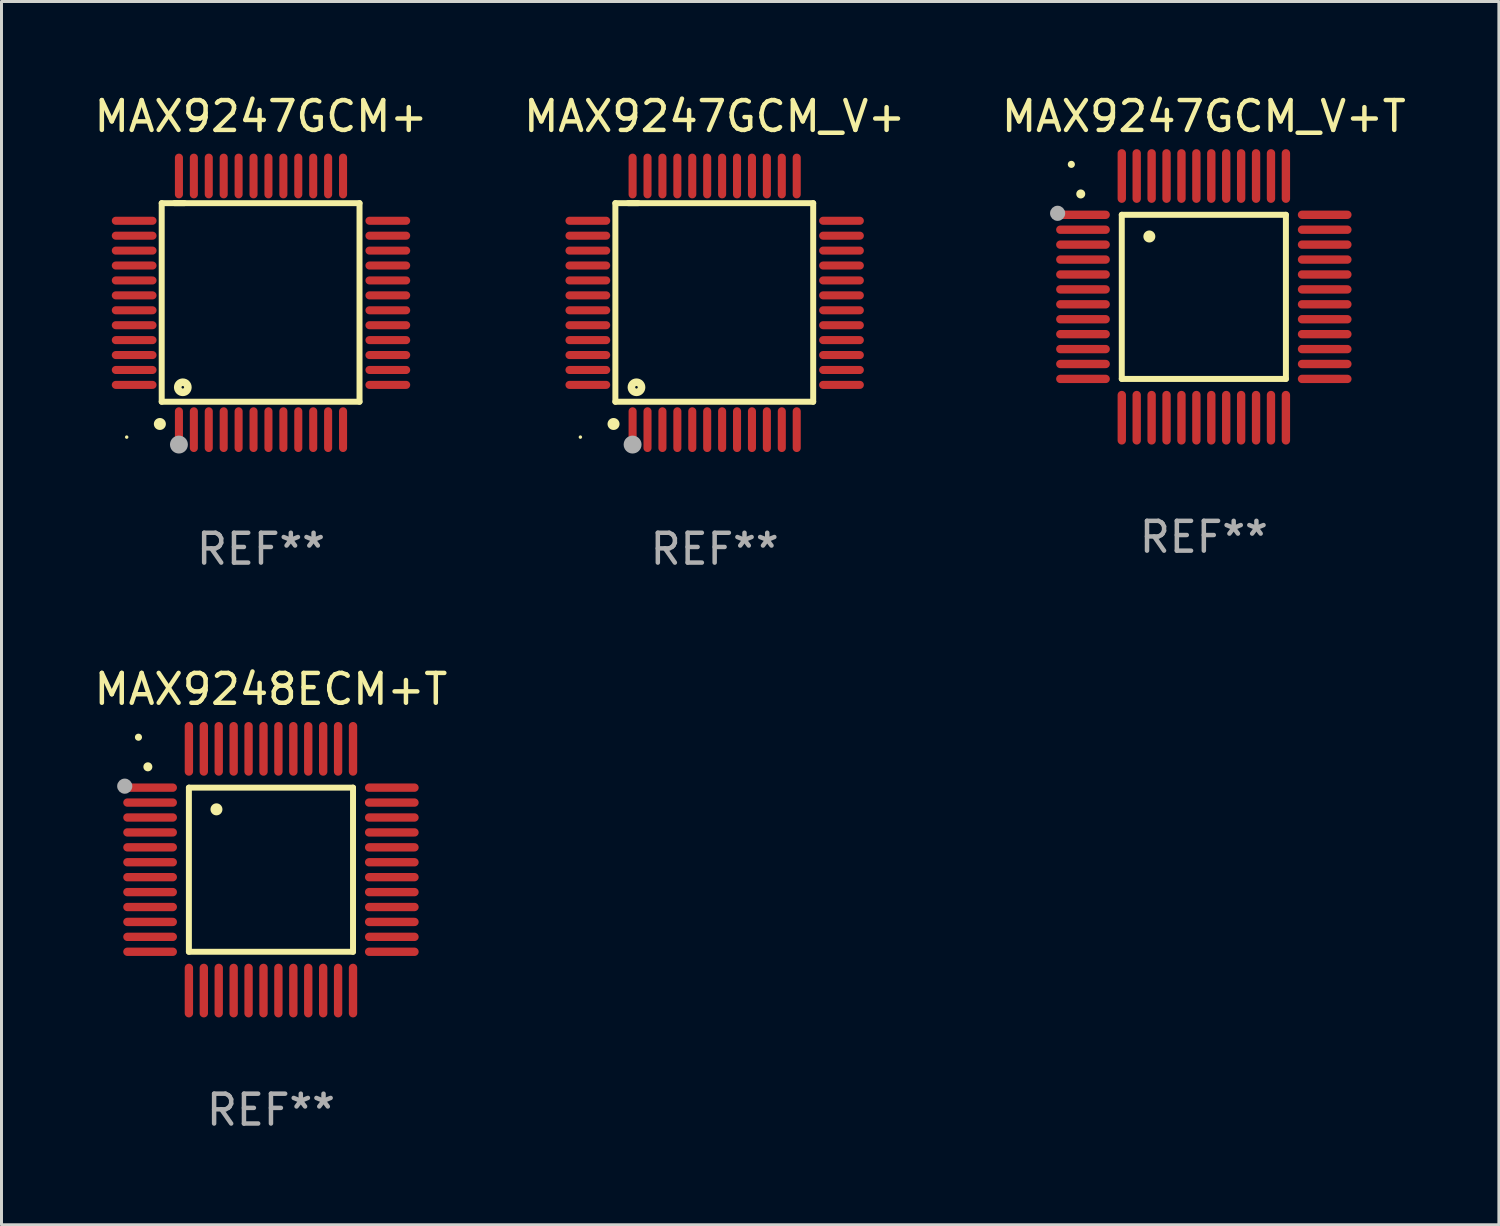
<source format=kicad_pcb>
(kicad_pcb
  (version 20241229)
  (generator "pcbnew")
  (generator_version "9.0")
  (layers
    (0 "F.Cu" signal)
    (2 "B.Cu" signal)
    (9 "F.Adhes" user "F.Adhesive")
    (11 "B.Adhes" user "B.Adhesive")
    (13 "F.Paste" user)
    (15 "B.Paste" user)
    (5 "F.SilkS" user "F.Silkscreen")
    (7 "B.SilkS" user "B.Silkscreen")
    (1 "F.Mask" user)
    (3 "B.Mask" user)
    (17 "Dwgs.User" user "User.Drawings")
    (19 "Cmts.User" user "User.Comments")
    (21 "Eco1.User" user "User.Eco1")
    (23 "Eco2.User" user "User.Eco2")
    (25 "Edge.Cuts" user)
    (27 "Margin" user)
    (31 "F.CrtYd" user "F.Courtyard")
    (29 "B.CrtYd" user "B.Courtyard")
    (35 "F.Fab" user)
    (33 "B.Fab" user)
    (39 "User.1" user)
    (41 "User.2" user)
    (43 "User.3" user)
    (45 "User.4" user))
  (footprint "MAX9247GCM_V+T"
    (layer "F.Cu")
    (at 37.292 6.898)
    (property "Reference" "MAX9247GCM_V+T" (at 0 -6.05 0) (layer "F.SilkS") (effects (font (size 1 1) (thickness 0.15))))
    (attr through_hole)
    (fp_line (start -2.75 -2.75) (end 2.75 -2.75) (stroke (width 0.2) (type solid)) (layer "F.SilkS"))
    (fp_line (start -2.75 2.75) (end -2.75 -2.75) (stroke (width 0.2) (type solid)) (layer "F.SilkS"))
    (fp_line (start 2.75 -2.75) (end 2.75 2.75) (stroke (width 0.2) (type solid)) (layer "F.SilkS"))
    (fp_line (start 2.75 2.75) (end -2.75 2.75) (stroke (width 0.2) (type solid)) (layer "F.SilkS"))
    (fp_arc (start -4.124968 -3.446787) (mid -4.124973 -3.448057) (end -4.124968 -3.449327) (stroke (width 0.3) (type solid)) (layer "F.SilkS"))
    (fp_arc (start -1.826264 -2.021844) (mid -1.826268 -2.023114) (end -1.826264 -2.024384) (stroke (width 0.4) (type solid)) (layer "F.SilkS"))
    (fp_circle (center -4.44 -4.44) (end -4.38 -4.44) (stroke (width 0.12) (type solid)) (fill no) (layer "F.SilkS"))
    (fp_circle (center -4.9 -2.8) (end -4.773 -2.8) (stroke (width 0.254) (type solid)) (fill no) (layer "F.Fab"))
    (fp_text user "REF**" (at 0 8.05 0) (layer "F.Fab") (effects (font (size 1 1) (thickness 0.15))))
    (pad "1" smd oval (at -4.05 -2.75 90) (size 0.28 1.8) (layers "F.Cu" "F.Mask" "F.Paste"))
    (pad "2" smd oval (at -4.05 -2.25 90) (size 0.28 1.8) (layers "F.Cu" "F.Mask" "F.Paste"))
    (pad "3" smd oval (at -4.05 -1.75 90) (size 0.28 1.8) (layers "F.Cu" "F.Mask" "F.Paste"))
    (pad "4" smd oval (at -4.05 -1.25 90) (size 0.28 1.8) (layers "F.Cu" "F.Mask" "F.Paste"))
    (pad "5" smd oval (at -4.05 -0.75 90) (size 0.28 1.8) (layers "F.Cu" "F.Mask" "F.Paste"))
    (pad "6" smd oval (at -4.05 -0.25 90) (size 0.28 1.8) (layers "F.Cu" "F.Mask" "F.Paste"))
    (pad "7" smd oval (at -4.05 0.25 90) (size 0.28 1.8) (layers "F.Cu" "F.Mask" "F.Paste"))
    (pad "8" smd oval (at -4.05 0.75 90) (size 0.28 1.8) (layers "F.Cu" "F.Mask" "F.Paste"))
    (pad "9" smd oval (at -4.05 1.25 90) (size 0.28 1.8) (layers "F.Cu" "F.Mask" "F.Paste"))
    (pad "10" smd oval (at -4.05 1.75 90) (size 0.28 1.8) (layers "F.Cu" "F.Mask" "F.Paste"))
    (pad "11" smd oval (at -4.05 2.25 90) (size 0.28 1.8) (layers "F.Cu" "F.Mask" "F.Paste"))
    (pad "12" smd oval (at -4.05 2.75 90) (size 0.28 1.8) (layers "F.Cu" "F.Mask" "F.Paste"))
    (pad "13" smd oval (at -2.75 4.05) (size 0.28 1.8) (layers "F.Cu" "F.Mask" "F.Paste"))
    (pad "14" smd oval (at -2.25 4.05) (size 0.28 1.8) (layers "F.Cu" "F.Mask" "F.Paste"))
    (pad "15" smd oval (at -1.75 4.05) (size 0.28 1.8) (layers "F.Cu" "F.Mask" "F.Paste"))
    (pad "16" smd oval (at -1.25 4.05) (size 0.28 1.8) (layers "F.Cu" "F.Mask" "F.Paste"))
    (pad "17" smd oval (at -0.75 4.05) (size 0.28 1.8) (layers "F.Cu" "F.Mask" "F.Paste"))
    (pad "18" smd oval (at -0.25 4.05) (size 0.28 1.8) (layers "F.Cu" "F.Mask" "F.Paste"))
    (pad "19" smd oval (at 0.25 4.05) (size 0.28 1.8) (layers "F.Cu" "F.Mask" "F.Paste"))
    (pad "20" smd oval (at 0.75 4.05) (size 0.28 1.8) (layers "F.Cu" "F.Mask" "F.Paste"))
    (pad "21" smd oval (at 1.25 4.05) (size 0.28 1.8) (layers "F.Cu" "F.Mask" "F.Paste"))
    (pad "22" smd oval (at 1.75 4.05) (size 0.28 1.8) (layers "F.Cu" "F.Mask" "F.Paste"))
    (pad "23" smd oval (at 2.25 4.05) (size 0.28 1.8) (layers "F.Cu" "F.Mask" "F.Paste"))
    (pad "24" smd oval (at 2.75 4.05) (size 0.28 1.8) (layers "F.Cu" "F.Mask" "F.Paste"))
    (pad "25" smd oval (at 4.05 2.75 90) (size 0.28 1.8) (layers "F.Cu" "F.Mask" "F.Paste"))
    (pad "26" smd oval (at 4.05 2.25 90) (size 0.28 1.8) (layers "F.Cu" "F.Mask" "F.Paste"))
    (pad "27" smd oval (at 4.05 1.75 90) (size 0.28 1.8) (layers "F.Cu" "F.Mask" "F.Paste"))
    (pad "28" smd oval (at 4.05 1.25 90) (size 0.28 1.8) (layers "F.Cu" "F.Mask" "F.Paste"))
    (pad "29" smd oval (at 4.05 0.75 90) (size 0.28 1.8) (layers "F.Cu" "F.Mask" "F.Paste"))
    (pad "30" smd oval (at 4.05 0.25 90) (size 0.28 1.8) (layers "F.Cu" "F.Mask" "F.Paste"))
    (pad "31" smd oval (at 4.05 -0.25 90) (size 0.28 1.8) (layers "F.Cu" "F.Mask" "F.Paste"))
    (pad "32" smd oval (at 4.05 -0.75 90) (size 0.28 1.8) (layers "F.Cu" "F.Mask" "F.Paste"))
    (pad "33" smd oval (at 4.05 -1.25 90) (size 0.28 1.8) (layers "F.Cu" "F.Mask" "F.Paste"))
    (pad "34" smd oval (at 4.05 -1.75 90) (size 0.28 1.8) (layers "F.Cu" "F.Mask" "F.Paste"))
    (pad "35" smd oval (at 4.05 -2.25 90) (size 0.28 1.8) (layers "F.Cu" "F.Mask" "F.Paste"))
    (pad "36" smd oval (at 4.05 -2.75 90) (size 0.28 1.8) (layers "F.Cu" "F.Mask" "F.Paste"))
    (pad "37" smd oval (at 2.75 -4.05) (size 0.28 1.8) (layers "F.Cu" "F.Mask" "F.Paste"))
    (pad "38" smd oval (at 2.25 -4.05) (size 0.28 1.8) (layers "F.Cu" "F.Mask" "F.Paste"))
    (pad "39" smd oval (at 1.75 -4.05) (size 0.28 1.8) (layers "F.Cu" "F.Mask" "F.Paste"))
    (pad "40" smd oval (at 1.25 -4.05) (size 0.28 1.8) (layers "F.Cu" "F.Mask" "F.Paste"))
    (pad "41" smd oval (at 0.75 -4.05) (size 0.28 1.8) (layers "F.Cu" "F.Mask" "F.Paste"))
    (pad "42" smd oval (at 0.25 -4.05) (size 0.28 1.8) (layers "F.Cu" "F.Mask" "F.Paste"))
    (pad "43" smd oval (at -0.25 -4.05) (size 0.28 1.8) (layers "F.Cu" "F.Mask" "F.Paste"))
    (pad "44" smd oval (at -0.75 -4.05) (size 0.28 1.8) (layers "F.Cu" "F.Mask" "F.Paste"))
    (pad "45" smd oval (at -1.25 -4.05) (size 0.28 1.8) (layers "F.Cu" "F.Mask" "F.Paste"))
    (pad "46" smd oval (at -1.75 -4.05) (size 0.28 1.8) (layers "F.Cu" "F.Mask" "F.Paste"))
    (pad "47" smd oval (at -2.25 -4.05) (size 0.28 1.8) (layers "F.Cu" "F.Mask" "F.Paste"))
    (pad "48" smd oval (at -2.75 -4.05) (size 0.28 1.8) (layers "F.Cu" "F.Mask" "F.Paste")))
  (footprint "MAX9247GCM+"
    (layer "F.Cu")
    (at 5.696 7.098)
    (property "Reference" "MAX9247GCM+" (at 0 -6.25 0) (layer "F.SilkS") (effects (font (size 1 1) (thickness 0.15))))
    (attr through_hole)
    (fp_line (start -3.327 -3.34) (end -2.565 -3.34) (stroke (width 0.2) (type solid)) (layer "F.SilkS"))
    (fp_line (start -3.327 3.315) (end -3.327 -3.34) (stroke (width 0.2) (type solid)) (layer "F.SilkS"))
    (fp_line (start -2.896 -3.34) (end 3.302 -3.34) (stroke (width 0.2) (type solid)) (layer "F.SilkS"))
    (fp_line (start 3.302 -3.34) (end 3.302 3.315) (stroke (width 0.2) (type solid)) (layer "F.SilkS"))
    (fp_line (start 3.302 3.315) (end -3.327 3.315) (stroke (width 0.2) (type solid)) (layer "F.SilkS"))
    (fp_arc (start -3.389992 4.059995) (mid -3.388722 4.059991) (end -3.387452 4.059995) (stroke (width 0.4) (type solid)) (layer "F.SilkS"))
    (fp_circle (center -4.5 4.5) (end -4.47 4.5) (stroke (width 0.06) (type solid)) (fill no) (layer "F.SilkS"))
    (fp_circle (center -2.62 2.83) (end -2.45 2.83) (stroke (width 0.254) (type solid)) (fill no) (layer "F.SilkS"))
    (fp_circle (center -2.75 4.75) (end -2.6 4.75) (stroke (width 0.3) (type solid)) (fill no) (layer "F.Fab"))
    (fp_text user "REF**" (at 0 8.25 0) (layer "F.Fab") (effects (font (size 1 1) (thickness 0.15))))
    (pad "1" smd oval (at -2.75 4.25) (size 0.27 1.5) (layers "F.Cu" "F.Mask" "F.Paste"))
    (pad "2" smd oval (at -2.25 4.25) (size 0.27 1.5) (layers "F.Cu" "F.Mask" "F.Paste"))
    (pad "3" smd oval (at -1.75 4.25) (size 0.27 1.5) (layers "F.Cu" "F.Mask" "F.Paste"))
    (pad "4" smd oval (at -1.25 4.25) (size 0.27 1.5) (layers "F.Cu" "F.Mask" "F.Paste"))
    (pad "5" smd oval (at -0.75 4.25) (size 0.27 1.5) (layers "F.Cu" "F.Mask" "F.Paste"))
    (pad "6" smd oval (at -0.25 4.25) (size 0.27 1.5) (layers "F.Cu" "F.Mask" "F.Paste"))
    (pad "7" smd oval (at 0.25 4.25) (size 0.27 1.5) (layers "F.Cu" "F.Mask" "F.Paste"))
    (pad "8" smd oval (at 0.75 4.25) (size 0.27 1.5) (layers "F.Cu" "F.Mask" "F.Paste"))
    (pad "9" smd oval (at 1.25 4.25) (size 0.27 1.5) (layers "F.Cu" "F.Mask" "F.Paste"))
    (pad "10" smd oval (at 1.75 4.25) (size 0.27 1.5) (layers "F.Cu" "F.Mask" "F.Paste"))
    (pad "11" smd oval (at 2.25 4.25) (size 0.27 1.5) (layers "F.Cu" "F.Mask" "F.Paste"))
    (pad "12" smd oval (at 2.75 4.25) (size 0.27 1.5) (layers "F.Cu" "F.Mask" "F.Paste"))
    (pad "13" smd oval (at 4.25 2.75) (size 1.5 0.27) (layers "F.Cu" "F.Mask" "F.Paste"))
    (pad "14" smd oval (at 4.25 2.25) (size 1.5 0.27) (layers "F.Cu" "F.Mask" "F.Paste"))
    (pad "15" smd oval (at 4.25 1.75) (size 1.5 0.27) (layers "F.Cu" "F.Mask" "F.Paste"))
    (pad "16" smd oval (at 4.25 1.25) (size 1.5 0.27) (layers "F.Cu" "F.Mask" "F.Paste"))
    (pad "17" smd oval (at 4.25 0.75) (size 1.5 0.27) (layers "F.Cu" "F.Mask" "F.Paste"))
    (pad "18" smd oval (at 4.25 0.25) (size 1.5 0.27) (layers "F.Cu" "F.Mask" "F.Paste"))
    (pad "19" smd oval (at 4.25 -0.25) (size 1.5 0.27) (layers "F.Cu" "F.Mask" "F.Paste"))
    (pad "20" smd oval (at 4.25 -0.75) (size 1.5 0.27) (layers "F.Cu" "F.Mask" "F.Paste"))
    (pad "21" smd oval (at 4.25 -1.25) (size 1.5 0.27) (layers "F.Cu" "F.Mask" "F.Paste"))
    (pad "22" smd oval (at 4.25 -1.75) (size 1.5 0.27) (layers "F.Cu" "F.Mask" "F.Paste"))
    (pad "23" smd oval (at 4.25 -2.25) (size 1.5 0.27) (layers "F.Cu" "F.Mask" "F.Paste"))
    (pad "24" smd oval (at 4.25 -2.75) (size 1.5 0.27) (layers "F.Cu" "F.Mask" "F.Paste"))
    (pad "25" smd oval (at 2.75 -4.25) (size 0.27 1.5) (layers "F.Cu" "F.Mask" "F.Paste"))
    (pad "26" smd oval (at 2.25 -4.25) (size 0.27 1.5) (layers "F.Cu" "F.Mask" "F.Paste"))
    (pad "27" smd oval (at 1.75 -4.25) (size 0.27 1.5) (layers "F.Cu" "F.Mask" "F.Paste"))
    (pad "28" smd oval (at 1.25 -4.25) (size 0.27 1.5) (layers "F.Cu" "F.Mask" "F.Paste"))
    (pad "29" smd oval (at 0.75 -4.25) (size 0.27 1.5) (layers "F.Cu" "F.Mask" "F.Paste"))
    (pad "30" smd oval (at 0.25 -4.25) (size 0.27 1.5) (layers "F.Cu" "F.Mask" "F.Paste"))
    (pad "31" smd oval (at -0.25 -4.25) (size 0.27 1.5) (layers "F.Cu" "F.Mask" "F.Paste"))
    (pad "32" smd oval (at -0.75 -4.25) (size 0.27 1.5) (layers "F.Cu" "F.Mask" "F.Paste"))
    (pad "33" smd oval (at -1.25 -4.25) (size 0.27 1.5) (layers "F.Cu" "F.Mask" "F.Paste"))
    (pad "34" smd oval (at -1.75 -4.25) (size 0.27 1.5) (layers "F.Cu" "F.Mask" "F.Paste"))
    (pad "35" smd oval (at -2.25 -4.25) (size 0.27 1.5) (layers "F.Cu" "F.Mask" "F.Paste"))
    (pad "36" smd oval (at -2.75 -4.25) (size 0.27 1.5) (layers "F.Cu" "F.Mask" "F.Paste"))
    (pad "37" smd oval (at -4.25 -2.75) (size 1.5 0.27) (layers "F.Cu" "F.Mask" "F.Paste"))
    (pad "38" smd oval (at -4.25 -2.25) (size 1.5 0.27) (layers "F.Cu" "F.Mask" "F.Paste"))
    (pad "39" smd oval (at -4.25 -1.75) (size 1.5 0.27) (layers "F.Cu" "F.Mask" "F.Paste"))
    (pad "40" smd oval (at -4.25 -1.25) (size 1.5 0.27) (layers "F.Cu" "F.Mask" "F.Paste"))
    (pad "41" smd oval (at -4.25 -0.75) (size 1.5 0.27) (layers "F.Cu" "F.Mask" "F.Paste"))
    (pad "42" smd oval (at -4.25 -0.25) (size 1.5 0.27) (layers "F.Cu" "F.Mask" "F.Paste"))
    (pad "43" smd oval (at -4.25 0.25) (size 1.5 0.27) (layers "F.Cu" "F.Mask" "F.Paste"))
    (pad "44" smd oval (at -4.25 0.75) (size 1.5 0.27) (layers "F.Cu" "F.Mask" "F.Paste"))
    (pad "45" smd oval (at -4.25 1.25) (size 1.5 0.27) (layers "F.Cu" "F.Mask" "F.Paste"))
    (pad "46" smd oval (at -4.25 1.75) (size 1.5 0.27) (layers "F.Cu" "F.Mask" "F.Paste"))
    (pad "47" smd oval (at -4.25 2.25) (size 1.5 0.27) (layers "F.Cu" "F.Mask" "F.Paste"))
    (pad "48" smd oval (at -4.25 2.75) (size 1.5 0.27) (layers "F.Cu" "F.Mask" "F.Paste")))
  (footprint "MAX9247GCM_V+"
    (layer "F.Cu")
    (at 20.899 7.098)
    (property "Reference" "MAX9247GCM_V+" (at 0 -6.25 0) (layer "F.SilkS") (effects (font (size 1 1) (thickness 0.15))))
    (attr through_hole)
    (fp_line (start -3.327 -3.34) (end -2.565 -3.34) (stroke (width 0.2) (type solid)) (layer "F.SilkS"))
    (fp_line (start -3.327 3.315) (end -3.327 -3.34) (stroke (width 0.2) (type solid)) (layer "F.SilkS"))
    (fp_line (start -2.896 -3.34) (end 3.302 -3.34) (stroke (width 0.2) (type solid)) (layer "F.SilkS"))
    (fp_line (start 3.302 -3.34) (end 3.302 3.315) (stroke (width 0.2) (type solid)) (layer "F.SilkS"))
    (fp_line (start 3.302 3.315) (end -3.327 3.315) (stroke (width 0.2) (type solid)) (layer "F.SilkS"))
    (fp_arc (start -3.389992 4.059995) (mid -3.388722 4.059991) (end -3.387452 4.059995) (stroke (width 0.4) (type solid)) (layer "F.SilkS"))
    (fp_circle (center -4.5 4.5) (end -4.47 4.5) (stroke (width 0.06) (type solid)) (fill no) (layer "F.SilkS"))
    (fp_circle (center -2.62 2.83) (end -2.45 2.83) (stroke (width 0.254) (type solid)) (fill no) (layer "F.SilkS"))
    (fp_circle (center -2.75 4.75) (end -2.6 4.75) (stroke (width 0.3) (type solid)) (fill no) (layer "F.Fab"))
    (fp_text user "REF**" (at 0 8.25 0) (layer "F.Fab") (effects (font (size 1 1) (thickness 0.15))))
    (pad "1" smd oval (at -2.75 4.25) (size 0.27 1.5) (layers "F.Cu" "F.Mask" "F.Paste"))
    (pad "2" smd oval (at -2.25 4.25) (size 0.27 1.5) (layers "F.Cu" "F.Mask" "F.Paste"))
    (pad "3" smd oval (at -1.75 4.25) (size 0.27 1.5) (layers "F.Cu" "F.Mask" "F.Paste"))
    (pad "4" smd oval (at -1.25 4.25) (size 0.27 1.5) (layers "F.Cu" "F.Mask" "F.Paste"))
    (pad "5" smd oval (at -0.75 4.25) (size 0.27 1.5) (layers "F.Cu" "F.Mask" "F.Paste"))
    (pad "6" smd oval (at -0.25 4.25) (size 0.27 1.5) (layers "F.Cu" "F.Mask" "F.Paste"))
    (pad "7" smd oval (at 0.25 4.25) (size 0.27 1.5) (layers "F.Cu" "F.Mask" "F.Paste"))
    (pad "8" smd oval (at 0.75 4.25) (size 0.27 1.5) (layers "F.Cu" "F.Mask" "F.Paste"))
    (pad "9" smd oval (at 1.25 4.25) (size 0.27 1.5) (layers "F.Cu" "F.Mask" "F.Paste"))
    (pad "10" smd oval (at 1.75 4.25) (size 0.27 1.5) (layers "F.Cu" "F.Mask" "F.Paste"))
    (pad "11" smd oval (at 2.25 4.25) (size 0.27 1.5) (layers "F.Cu" "F.Mask" "F.Paste"))
    (pad "12" smd oval (at 2.75 4.25) (size 0.27 1.5) (layers "F.Cu" "F.Mask" "F.Paste"))
    (pad "13" smd oval (at 4.25 2.75) (size 1.5 0.27) (layers "F.Cu" "F.Mask" "F.Paste"))
    (pad "14" smd oval (at 4.25 2.25) (size 1.5 0.27) (layers "F.Cu" "F.Mask" "F.Paste"))
    (pad "15" smd oval (at 4.25 1.75) (size 1.5 0.27) (layers "F.Cu" "F.Mask" "F.Paste"))
    (pad "16" smd oval (at 4.25 1.25) (size 1.5 0.27) (layers "F.Cu" "F.Mask" "F.Paste"))
    (pad "17" smd oval (at 4.25 0.75) (size 1.5 0.27) (layers "F.Cu" "F.Mask" "F.Paste"))
    (pad "18" smd oval (at 4.25 0.25) (size 1.5 0.27) (layers "F.Cu" "F.Mask" "F.Paste"))
    (pad "19" smd oval (at 4.25 -0.25) (size 1.5 0.27) (layers "F.Cu" "F.Mask" "F.Paste"))
    (pad "20" smd oval (at 4.25 -0.75) (size 1.5 0.27) (layers "F.Cu" "F.Mask" "F.Paste"))
    (pad "21" smd oval (at 4.25 -1.25) (size 1.5 0.27) (layers "F.Cu" "F.Mask" "F.Paste"))
    (pad "22" smd oval (at 4.25 -1.75) (size 1.5 0.27) (layers "F.Cu" "F.Mask" "F.Paste"))
    (pad "23" smd oval (at 4.25 -2.25) (size 1.5 0.27) (layers "F.Cu" "F.Mask" "F.Paste"))
    (pad "24" smd oval (at 4.25 -2.75) (size 1.5 0.27) (layers "F.Cu" "F.Mask" "F.Paste"))
    (pad "25" smd oval (at 2.75 -4.25) (size 0.27 1.5) (layers "F.Cu" "F.Mask" "F.Paste"))
    (pad "26" smd oval (at 2.25 -4.25) (size 0.27 1.5) (layers "F.Cu" "F.Mask" "F.Paste"))
    (pad "27" smd oval (at 1.75 -4.25) (size 0.27 1.5) (layers "F.Cu" "F.Mask" "F.Paste"))
    (pad "28" smd oval (at 1.25 -4.25) (size 0.27 1.5) (layers "F.Cu" "F.Mask" "F.Paste"))
    (pad "29" smd oval (at 0.75 -4.25) (size 0.27 1.5) (layers "F.Cu" "F.Mask" "F.Paste"))
    (pad "30" smd oval (at 0.25 -4.25) (size 0.27 1.5) (layers "F.Cu" "F.Mask" "F.Paste"))
    (pad "31" smd oval (at -0.25 -4.25) (size 0.27 1.5) (layers "F.Cu" "F.Mask" "F.Paste"))
    (pad "32" smd oval (at -0.75 -4.25) (size 0.27 1.5) (layers "F.Cu" "F.Mask" "F.Paste"))
    (pad "33" smd oval (at -1.25 -4.25) (size 0.27 1.5) (layers "F.Cu" "F.Mask" "F.Paste"))
    (pad "34" smd oval (at -1.75 -4.25) (size 0.27 1.5) (layers "F.Cu" "F.Mask" "F.Paste"))
    (pad "35" smd oval (at -2.25 -4.25) (size 0.27 1.5) (layers "F.Cu" "F.Mask" "F.Paste"))
    (pad "36" smd oval (at -2.75 -4.25) (size 0.27 1.5) (layers "F.Cu" "F.Mask" "F.Paste"))
    (pad "37" smd oval (at -4.25 -2.75) (size 1.5 0.27) (layers "F.Cu" "F.Mask" "F.Paste"))
    (pad "38" smd oval (at -4.25 -2.25) (size 1.5 0.27) (layers "F.Cu" "F.Mask" "F.Paste"))
    (pad "39" smd oval (at -4.25 -1.75) (size 1.5 0.27) (layers "F.Cu" "F.Mask" "F.Paste"))
    (pad "40" smd oval (at -4.25 -1.25) (size 1.5 0.27) (layers "F.Cu" "F.Mask" "F.Paste"))
    (pad "41" smd oval (at -4.25 -0.75) (size 1.5 0.27) (layers "F.Cu" "F.Mask" "F.Paste"))
    (pad "42" smd oval (at -4.25 -0.25) (size 1.5 0.27) (layers "F.Cu" "F.Mask" "F.Paste"))
    (pad "43" smd oval (at -4.25 0.25) (size 1.5 0.27) (layers "F.Cu" "F.Mask" "F.Paste"))
    (pad "44" smd oval (at -4.25 0.75) (size 1.5 0.27) (layers "F.Cu" "F.Mask" "F.Paste"))
    (pad "45" smd oval (at -4.25 1.25) (size 1.5 0.27) (layers "F.Cu" "F.Mask" "F.Paste"))
    (pad "46" smd oval (at -4.25 1.75) (size 1.5 0.27) (layers "F.Cu" "F.Mask" "F.Paste"))
    (pad "47" smd oval (at -4.25 2.25) (size 1.5 0.27) (layers "F.Cu" "F.Mask" "F.Paste"))
    (pad "48" smd oval (at -4.25 2.75) (size 1.5 0.27) (layers "F.Cu" "F.Mask" "F.Paste")))
  (footprint "MAX9248ECM+T"
    (layer "F.Cu")
    (at 6.03 26.095)
    (property "Reference" "MAX9248ECM+T" (at 0 -6.05 0) (layer "F.SilkS") (effects (font (size 1 1) (thickness 0.15))))
    (attr through_hole)
    (fp_line (start -2.75 -2.75) (end 2.75 -2.75) (stroke (width 0.2) (type solid)) (layer "F.SilkS"))
    (fp_line (start -2.75 2.75) (end -2.75 -2.75) (stroke (width 0.2) (type solid)) (layer "F.SilkS"))
    (fp_line (start 2.75 -2.75) (end 2.75 2.75) (stroke (width 0.2) (type solid)) (layer "F.SilkS"))
    (fp_line (start 2.75 2.75) (end -2.75 2.75) (stroke (width 0.2) (type solid)) (layer "F.SilkS"))
    (fp_arc (start -4.124968 -3.446787) (mid -4.124973 -3.448057) (end -4.124968 -3.449327) (stroke (width 0.3) (type solid)) (layer "F.SilkS"))
    (fp_arc (start -1.826264 -2.021844) (mid -1.826268 -2.023114) (end -1.826264 -2.024384) (stroke (width 0.4) (type solid)) (layer "F.SilkS"))
    (fp_circle (center -4.44 -4.44) (end -4.38 -4.44) (stroke (width 0.12) (type solid)) (fill no) (layer "F.SilkS"))
    (fp_circle (center -4.9 -2.8) (end -4.773 -2.8) (stroke (width 0.254) (type solid)) (fill no) (layer "F.Fab"))
    (fp_text user "REF**" (at 0 8.05 0) (layer "F.Fab") (effects (font (size 1 1) (thickness 0.15))))
    (pad "1" smd oval (at -4.05 -2.75 90) (size 0.28 1.8) (layers "F.Cu" "F.Mask" "F.Paste"))
    (pad "2" smd oval (at -4.05 -2.25 90) (size 0.28 1.8) (layers "F.Cu" "F.Mask" "F.Paste"))
    (pad "3" smd oval (at -4.05 -1.75 90) (size 0.28 1.8) (layers "F.Cu" "F.Mask" "F.Paste"))
    (pad "4" smd oval (at -4.05 -1.25 90) (size 0.28 1.8) (layers "F.Cu" "F.Mask" "F.Paste"))
    (pad "5" smd oval (at -4.05 -0.75 90) (size 0.28 1.8) (layers "F.Cu" "F.Mask" "F.Paste"))
    (pad "6" smd oval (at -4.05 -0.25 90) (size 0.28 1.8) (layers "F.Cu" "F.Mask" "F.Paste"))
    (pad "7" smd oval (at -4.05 0.25 90) (size 0.28 1.8) (layers "F.Cu" "F.Mask" "F.Paste"))
    (pad "8" smd oval (at -4.05 0.75 90) (size 0.28 1.8) (layers "F.Cu" "F.Mask" "F.Paste"))
    (pad "9" smd oval (at -4.05 1.25 90) (size 0.28 1.8) (layers "F.Cu" "F.Mask" "F.Paste"))
    (pad "10" smd oval (at -4.05 1.75 90) (size 0.28 1.8) (layers "F.Cu" "F.Mask" "F.Paste"))
    (pad "11" smd oval (at -4.05 2.25 90) (size 0.28 1.8) (layers "F.Cu" "F.Mask" "F.Paste"))
    (pad "12" smd oval (at -4.05 2.75 90) (size 0.28 1.8) (layers "F.Cu" "F.Mask" "F.Paste"))
    (pad "13" smd oval (at -2.75 4.05) (size 0.28 1.8) (layers "F.Cu" "F.Mask" "F.Paste"))
    (pad "14" smd oval (at -2.25 4.05) (size 0.28 1.8) (layers "F.Cu" "F.Mask" "F.Paste"))
    (pad "15" smd oval (at -1.75 4.05) (size 0.28 1.8) (layers "F.Cu" "F.Mask" "F.Paste"))
    (pad "16" smd oval (at -1.25 4.05) (size 0.28 1.8) (layers "F.Cu" "F.Mask" "F.Paste"))
    (pad "17" smd oval (at -0.75 4.05) (size 0.28 1.8) (layers "F.Cu" "F.Mask" "F.Paste"))
    (pad "18" smd oval (at -0.25 4.05) (size 0.28 1.8) (layers "F.Cu" "F.Mask" "F.Paste"))
    (pad "19" smd oval (at 0.25 4.05) (size 0.28 1.8) (layers "F.Cu" "F.Mask" "F.Paste"))
    (pad "20" smd oval (at 0.75 4.05) (size 0.28 1.8) (layers "F.Cu" "F.Mask" "F.Paste"))
    (pad "21" smd oval (at 1.25 4.05) (size 0.28 1.8) (layers "F.Cu" "F.Mask" "F.Paste"))
    (pad "22" smd oval (at 1.75 4.05) (size 0.28 1.8) (layers "F.Cu" "F.Mask" "F.Paste"))
    (pad "23" smd oval (at 2.25 4.05) (size 0.28 1.8) (layers "F.Cu" "F.Mask" "F.Paste"))
    (pad "24" smd oval (at 2.75 4.05) (size 0.28 1.8) (layers "F.Cu" "F.Mask" "F.Paste"))
    (pad "25" smd oval (at 4.05 2.75 90) (size 0.28 1.8) (layers "F.Cu" "F.Mask" "F.Paste"))
    (pad "26" smd oval (at 4.05 2.25 90) (size 0.28 1.8) (layers "F.Cu" "F.Mask" "F.Paste"))
    (pad "27" smd oval (at 4.05 1.75 90) (size 0.28 1.8) (layers "F.Cu" "F.Mask" "F.Paste"))
    (pad "28" smd oval (at 4.05 1.25 90) (size 0.28 1.8) (layers "F.Cu" "F.Mask" "F.Paste"))
    (pad "29" smd oval (at 4.05 0.75 90) (size 0.28 1.8) (layers "F.Cu" "F.Mask" "F.Paste"))
    (pad "30" smd oval (at 4.05 0.25 90) (size 0.28 1.8) (layers "F.Cu" "F.Mask" "F.Paste"))
    (pad "31" smd oval (at 4.05 -0.25 90) (size 0.28 1.8) (layers "F.Cu" "F.Mask" "F.Paste"))
    (pad "32" smd oval (at 4.05 -0.75 90) (size 0.28 1.8) (layers "F.Cu" "F.Mask" "F.Paste"))
    (pad "33" smd oval (at 4.05 -1.25 90) (size 0.28 1.8) (layers "F.Cu" "F.Mask" "F.Paste"))
    (pad "34" smd oval (at 4.05 -1.75 90) (size 0.28 1.8) (layers "F.Cu" "F.Mask" "F.Paste"))
    (pad "35" smd oval (at 4.05 -2.25 90) (size 0.28 1.8) (layers "F.Cu" "F.Mask" "F.Paste"))
    (pad "36" smd oval (at 4.05 -2.75 90) (size 0.28 1.8) (layers "F.Cu" "F.Mask" "F.Paste"))
    (pad "37" smd oval (at 2.75 -4.05) (size 0.28 1.8) (layers "F.Cu" "F.Mask" "F.Paste"))
    (pad "38" smd oval (at 2.25 -4.05) (size 0.28 1.8) (layers "F.Cu" "F.Mask" "F.Paste"))
    (pad "39" smd oval (at 1.75 -4.05) (size 0.28 1.8) (layers "F.Cu" "F.Mask" "F.Paste"))
    (pad "40" smd oval (at 1.25 -4.05) (size 0.28 1.8) (layers "F.Cu" "F.Mask" "F.Paste"))
    (pad "41" smd oval (at 0.75 -4.05) (size 0.28 1.8) (layers "F.Cu" "F.Mask" "F.Paste"))
    (pad "42" smd oval (at 0.25 -4.05) (size 0.28 1.8) (layers "F.Cu" "F.Mask" "F.Paste"))
    (pad "43" smd oval (at -0.25 -4.05) (size 0.28 1.8) (layers "F.Cu" "F.Mask" "F.Paste"))
    (pad "44" smd oval (at -0.75 -4.05) (size 0.28 1.8) (layers "F.Cu" "F.Mask" "F.Paste"))
    (pad "45" smd oval (at -1.25 -4.05) (size 0.28 1.8) (layers "F.Cu" "F.Mask" "F.Paste"))
    (pad "46" smd oval (at -1.75 -4.05) (size 0.28 1.8) (layers "F.Cu" "F.Mask" "F.Paste"))
    (pad "47" smd oval (at -2.25 -4.05) (size 0.28 1.8) (layers "F.Cu" "F.Mask" "F.Paste"))
    (pad "48" smd oval (at -2.75 -4.05) (size 0.28 1.8) (layers "F.Cu" "F.Mask" "F.Paste")))
  (gr_rect
    (start -3 -3)
    (end 47.179 37.993)
    (stroke (width 0.1) (type default))
    (fill no)
    (layer "Edge.Cuts")))
</source>
